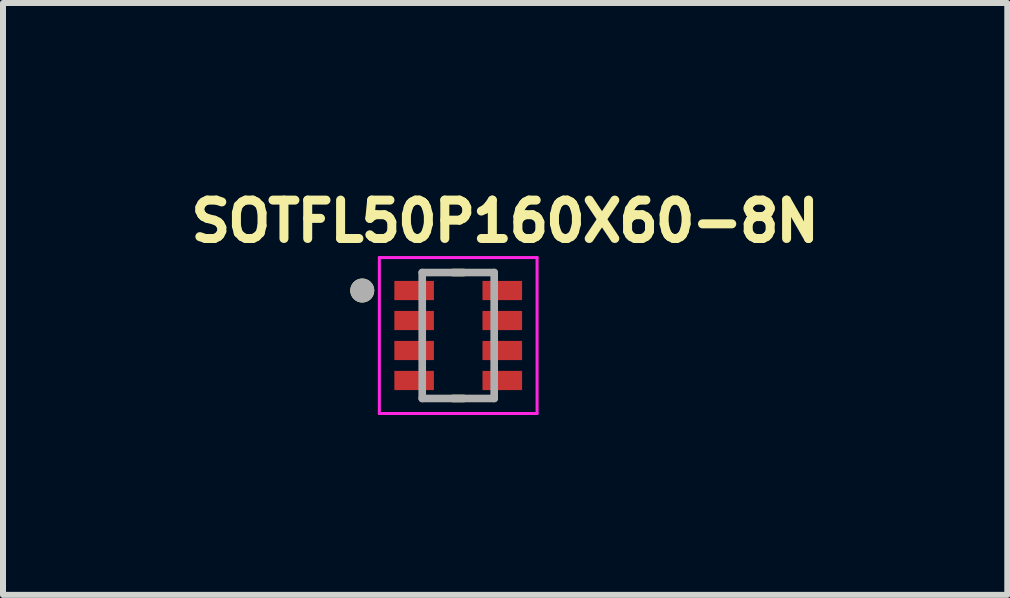
<source format=kicad_pcb>
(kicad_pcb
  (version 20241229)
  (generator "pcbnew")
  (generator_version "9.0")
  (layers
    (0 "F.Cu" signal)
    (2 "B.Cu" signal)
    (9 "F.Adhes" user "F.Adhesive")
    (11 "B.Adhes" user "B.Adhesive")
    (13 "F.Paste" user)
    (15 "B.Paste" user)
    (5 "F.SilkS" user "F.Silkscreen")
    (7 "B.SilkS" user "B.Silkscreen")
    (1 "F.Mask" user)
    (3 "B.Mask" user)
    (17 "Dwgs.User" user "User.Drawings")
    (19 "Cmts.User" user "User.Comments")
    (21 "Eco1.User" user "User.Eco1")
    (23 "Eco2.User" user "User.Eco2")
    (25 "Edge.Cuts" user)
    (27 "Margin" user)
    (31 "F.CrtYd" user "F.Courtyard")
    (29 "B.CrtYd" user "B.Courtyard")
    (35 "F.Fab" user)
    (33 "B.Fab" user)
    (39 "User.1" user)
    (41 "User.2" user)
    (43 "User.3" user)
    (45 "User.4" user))
  (footprint "SOTFL50P160X60-8N"
    (layer "F.Cu")
    (at 4.59 2.544)
    (property "Reference" "SOTFL50P160X60-8N" (at 0.782 -1.906 0) (layer "F.SilkS") (effects (font (size 0.64 0.64) (thickness 0.15))))
    (attr smd)
    (fp_poly (pts (xy -1.115 -0.96) (xy -0.355 -0.96) (xy -0.355 -0.54) (xy -1.115 -0.54)) (stroke (width 0.01) (type solid)) (fill yes) (layer "F.Mask"))
    (fp_poly (pts (xy -1.115 -0.46) (xy -0.355 -0.46) (xy -0.355 -0.04) (xy -1.115 -0.04)) (stroke (width 0.01) (type solid)) (fill yes) (layer "F.Mask"))
    (fp_poly (pts (xy -1.115 0.04) (xy -0.355 0.04) (xy -0.355 0.46) (xy -1.115 0.46)) (stroke (width 0.01) (type solid)) (fill yes) (layer "F.Mask"))
    (fp_poly (pts (xy -1.115 0.54) (xy -0.355 0.54) (xy -0.355 0.96) (xy -1.115 0.96)) (stroke (width 0.01) (type solid)) (fill yes) (layer "F.Mask"))
    (fp_poly (pts (xy 0.355 -0.96) (xy 1.115 -0.96) (xy 1.115 -0.54) (xy 0.355 -0.54)) (stroke (width 0.01) (type solid)) (fill yes) (layer "F.Mask"))
    (fp_poly (pts (xy 0.355 -0.46) (xy 1.115 -0.46) (xy 1.115 -0.04) (xy 0.355 -0.04)) (stroke (width 0.01) (type solid)) (fill yes) (layer "F.Mask"))
    (fp_poly (pts (xy 0.355 0.04) (xy 1.115 0.04) (xy 1.115 0.46) (xy 0.355 0.46)) (stroke (width 0.01) (type solid)) (fill yes) (layer "F.Mask"))
    (fp_poly (pts (xy 0.355 0.54) (xy 1.115 0.54) (xy 1.115 0.96) (xy 0.355 0.96)) (stroke (width 0.01) (type solid)) (fill yes) (layer "F.Mask"))
    (fp_line (start -0.091 -1.05) (end 0.091 -1.05) (stroke (width 0.127) (type solid)) (layer "F.SilkS"))
    (fp_line (start 0.091 1.05) (end -0.091 1.05) (stroke (width 0.127) (type solid)) (layer "F.SilkS"))
    (fp_circle (center -1.6 -0.75) (end -1.5 -0.75) (stroke (width 0.2) (type solid)) (fill no) (layer "F.SilkS"))
    (fp_line (start -1.315 -1.3) (end 1.315 -1.3) (stroke (width 0.05) (type solid)) (layer "F.CrtYd"))
    (fp_line (start -1.315 1.3) (end -1.315 -1.3) (stroke (width 0.05) (type solid)) (layer "F.CrtYd"))
    (fp_line (start 1.315 -1.3) (end 1.315 1.3) (stroke (width 0.05) (type solid)) (layer "F.CrtYd"))
    (fp_line (start 1.315 1.3) (end -1.315 1.3) (stroke (width 0.05) (type solid)) (layer "F.CrtYd"))
    (fp_line (start -0.6 -1.05) (end 0.6 -1.05) (stroke (width 0.127) (type solid)) (layer "F.Fab"))
    (fp_line (start -0.6 1.05) (end -0.6 -1.05) (stroke (width 0.127) (type solid)) (layer "F.Fab"))
    (fp_line (start 0.6 -1.05) (end 0.6 1.05) (stroke (width 0.127) (type solid)) (layer "F.Fab"))
    (fp_line (start 0.6 1.05) (end -0.6 1.05) (stroke (width 0.127) (type solid)) (layer "F.Fab"))
    (fp_circle (center -1.6 -0.75) (end -1.5 -0.75) (stroke (width 0.2) (type solid)) (fill no) (layer "F.Fab"))
    (pad "1" smd rect (at -0.735 -0.75) (size 0.66 0.32) (layers "F.Cu" "F.Paste"))
    (pad "2" smd rect (at -0.735 -0.25) (size 0.66 0.32) (layers "F.Cu" "F.Paste"))
    (pad "3" smd rect (at -0.735 0.25) (size 0.66 0.32) (layers "F.Cu" "F.Paste"))
    (pad "4" smd rect (at -0.735 0.75) (size 0.66 0.32) (layers "F.Cu" "F.Paste"))
    (pad "5" smd rect (at 0.735 0.75) (size 0.66 0.32) (layers "F.Cu" "F.Paste"))
    (pad "6" smd rect (at 0.735 0.25) (size 0.66 0.32) (layers "F.Cu" "F.Paste"))
    (pad "7" smd rect (at 0.735 -0.25) (size 0.66 0.32) (layers "F.Cu" "F.Paste"))
    (pad "8" smd rect (at 0.735 -0.75) (size 0.66 0.32) (layers "F.Cu" "F.Paste")))
  (gr_rect
    (start -3 -3)
    (end 13.745 6.869)
    (stroke (width 0.1) (type default))
    (fill no)
    (layer "Edge.Cuts")))
</source>
